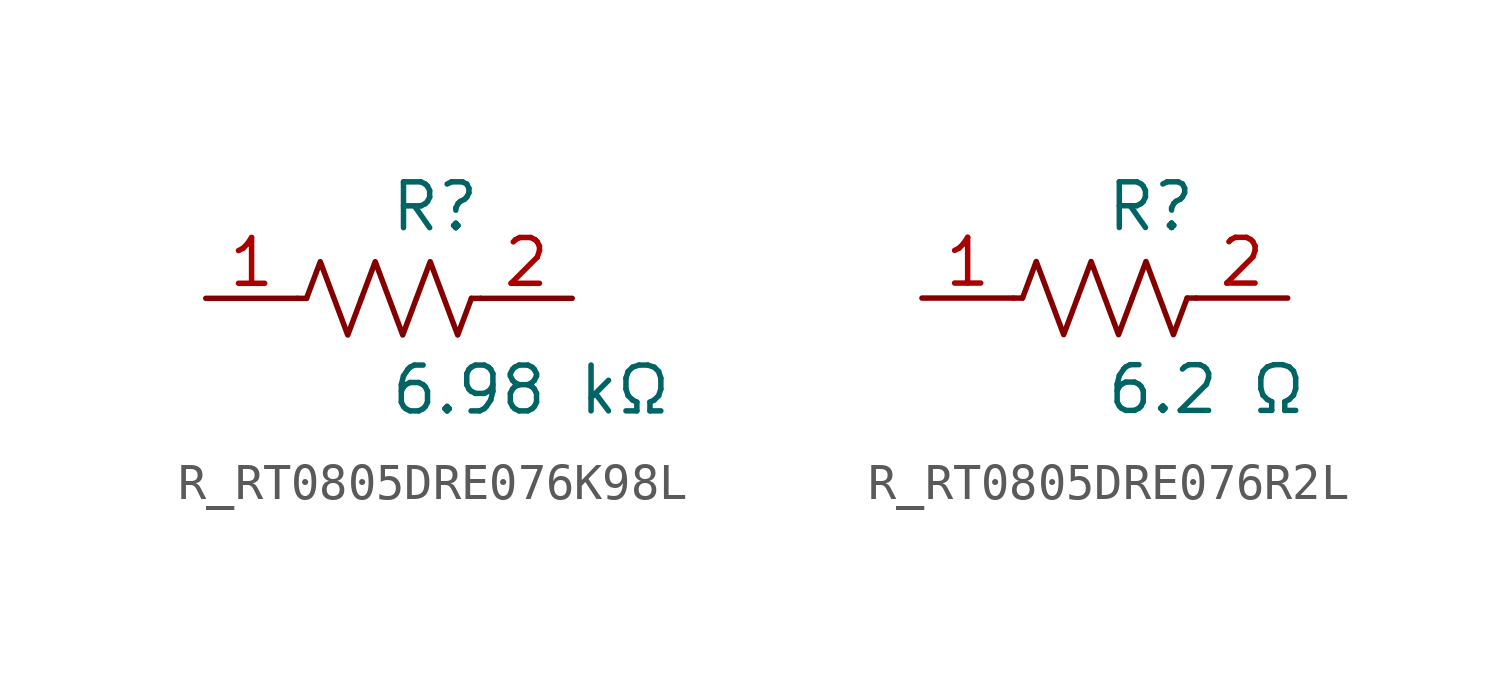
<source format=kicad_sym>
(kicad_symbol_lib
  (version 20231120)
  (generator kicad_symbol_editor)
  (generator_version 8.0)
  (symbol "R_RT0805DRE076K98L"
    (pin_names
      (offset 0.254))
    (property "Reference" "R"
      (at 0.0 2.54 0)
      (effects (font (size 1.27 1.27)) (justify left)))
    (property "Value" "6.98 kΩ"
      (at 0.0 -2.54 0)
      (effects (font (size 1.27 1.27)) (justify left)))
    (symbol "R_RT0805DRE076K98L_0_1"
      (polyline (pts (xy 2.286 0) (xy 2.54 0)) (stroke (width 0) (type default)) (fill (type none)))
      (polyline (pts (xy -2.286 0) (xy -2.54 0)) (stroke (width 0) (type default)) (fill (type none)))
      (polyline (pts (xy 0.762 0) (xy 1.143 1.016) (xy 1.524 0) (xy 1.905 -1.016) (xy 2.286 0)) (stroke (width 0) (type default)) (fill (type none)))
      (polyline (pts (xy -0.762 0) (xy -0.381 1.016) (xy 0 0) (xy 0.381 -1.016) (xy 0.762 0)) (stroke (width 0) (type default)) (fill (type none)))
      (polyline (pts (xy -2.286 0) (xy -1.905 1.016) (xy -1.524 0) (xy -1.143 -1.016) (xy -0.762 0)) (stroke (width 0) (type default)) (fill (type none))))
    (pin unspecified line
      (at -5.08 0 0)
      (length 2.54)
      (name "" (effects (font (size 1.27 1.27))))
      (number "1" (effects (font (size 1.27 1.27)))))
    (pin unspecified line
      (at 5.08 0 180)
      (length 2.54)
      (name "" (effects (font (size 1.27 1.27))))
      (number "2" (effects (font (size 1.27 1.27))))))
  (symbol "R_RT0805DRE076R2L"
    (pin_names
      (offset 0.254))
    (property "Reference" "R"
      (at 0.0 2.54 0)
      (effects (font (size 1.27 1.27)) (justify left)))
    (property "Value" "6.2 Ω"
      (at 0.0 -2.54 0)
      (effects (font (size 1.27 1.27)) (justify left)))
    (symbol "R_RT0805DRE076R2L_0_1"
      (polyline (pts (xy 2.286 0) (xy 2.54 0)) (stroke (width 0) (type default)) (fill (type none)))
      (polyline (pts (xy -2.286 0) (xy -2.54 0)) (stroke (width 0) (type default)) (fill (type none)))
      (polyline (pts (xy 0.762 0) (xy 1.143 1.016) (xy 1.524 0) (xy 1.905 -1.016) (xy 2.286 0)) (stroke (width 0) (type default)) (fill (type none)))
      (polyline (pts (xy -0.762 0) (xy -0.381 1.016) (xy 0 0) (xy 0.381 -1.016) (xy 0.762 0)) (stroke (width 0) (type default)) (fill (type none)))
      (polyline (pts (xy -2.286 0) (xy -1.905 1.016) (xy -1.524 0) (xy -1.143 -1.016) (xy -0.762 0)) (stroke (width 0) (type default)) (fill (type none))))
    (pin unspecified line
      (at -5.08 0 0)
      (length 2.54)
      (name "" (effects (font (size 1.27 1.27))))
      (number "1" (effects (font (size 1.27 1.27)))))
    (pin unspecified line
      (at 5.08 0 180)
      (length 2.54)
      (name "" (effects (font (size 1.27 1.27))))
      (number "2" (effects (font (size 1.27 1.27)))))))
</source>
